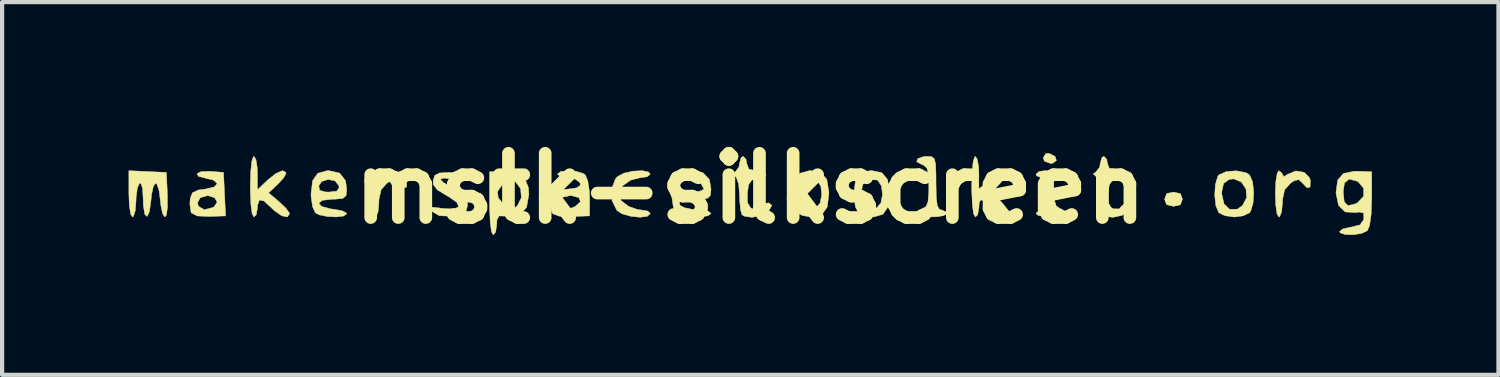
<source format=kicad_pcb>
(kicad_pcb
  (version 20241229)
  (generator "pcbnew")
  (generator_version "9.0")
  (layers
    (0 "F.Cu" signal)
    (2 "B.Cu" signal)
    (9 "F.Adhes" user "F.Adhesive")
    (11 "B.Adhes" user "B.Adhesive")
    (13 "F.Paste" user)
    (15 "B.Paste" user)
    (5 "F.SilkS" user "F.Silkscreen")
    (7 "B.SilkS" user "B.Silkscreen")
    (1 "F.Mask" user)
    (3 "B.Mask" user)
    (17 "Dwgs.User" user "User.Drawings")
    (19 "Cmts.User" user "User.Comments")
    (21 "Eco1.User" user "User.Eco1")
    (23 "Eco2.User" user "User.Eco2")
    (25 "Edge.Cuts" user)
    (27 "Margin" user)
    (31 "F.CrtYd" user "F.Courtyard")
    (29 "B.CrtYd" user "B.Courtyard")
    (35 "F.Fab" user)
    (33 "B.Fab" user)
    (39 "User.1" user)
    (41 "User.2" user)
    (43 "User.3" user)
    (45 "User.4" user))
  (footprint "mstk-silkscreen"
    (layer "F.Cu")
    (at 14.737 1.418)
    (property "Reference" "mstk-silkscreen" (at 0 0 0) (layer "F.SilkS") (effects (font (size 1.524 1.524) (thickness 0.3))))
    (attr through_hole)
    (fp_poly (pts (xy 7.225 -0.761) (xy 7.256 -0.663) (xy 7.17 -0.597) (xy 7.119 -0.593) (xy 6.974 -0.646) (xy 6.943 -0.726) (xy 7.006 -0.828) (xy 7.084 -0.832) (xy 7.225 -0.761)) (stroke (width 0.01) (type solid)) (fill yes) (layer "F.SilkS"))
    (fp_poly (pts (xy 10.199 0.124) (xy 10.245 0.254) (xy 10.195 0.387) (xy 10.033 0.423) (xy 9.867 0.384) (xy 9.821 0.254) (xy 9.871 0.121) (xy 10.033 0.085) (xy 10.199 0.124)) (stroke (width 0.01) (type solid)) (fill yes) (layer "F.SilkS"))
    (fp_poly (pts (xy -8.809 -0.358) (xy -8.805 -0.328) (xy -8.768 -0.281) (xy -8.683 -0.335) (xy -8.488 -0.416) (xy -8.292 -0.383) (xy -8.161 -0.254) (xy -8.143 -0.191) (xy -8.15 -0.03) (xy -8.227 -0.02) (xy -8.33 -0.129) (xy -8.416 -0.21) (xy -8.523 -0.184) (xy -8.615 -0.124) (xy -8.753 0.031) (xy -8.804 0.268) (xy -8.805 0.343) (xy -8.824 0.554) (xy -8.872 0.67) (xy -8.89 0.677) (xy -8.934 0.6) (xy -8.965 0.394) (xy -8.975 0.127) (xy -8.963 -0.161) (xy -8.931 -0.357) (xy -8.89 -0.423) (xy -8.809 -0.358)) (stroke (width 0.01) (type solid)) (fill yes) (layer "F.SilkS"))
    (fp_poly (pts (xy -2.412 -0.391) (xy -2.371 -0.339) (xy -2.444 -0.278) (xy -2.612 -0.254) (xy -2.835 -0.198) (xy -3.028 -0.063) (xy -3.129 0.106) (xy -3.133 0.142) (xy -3.06 0.291) (xy -2.883 0.425) (xy -2.665 0.502) (xy -2.597 0.508) (xy -2.431 0.535) (xy -2.371 0.593) (xy -2.441 0.661) (xy -2.615 0.682) (xy -2.833 0.66) (xy -3.038 0.602) (xy -3.162 0.522) (xy -3.277 0.29) (xy -3.289 0.015) (xy -3.198 -0.225) (xy -3.147 -0.283) (xy -2.993 -0.364) (xy -2.779 -0.411) (xy -2.566 -0.422) (xy -2.412 -0.391)) (stroke (width 0.01) (type solid)) (fill yes) (layer "F.SilkS"))
    (fp_poly (pts (xy 12.611 -0.358) (xy 12.615 -0.328) (xy 12.653 -0.281) (xy 12.738 -0.335) (xy 12.933 -0.416) (xy 13.129 -0.383) (xy 13.259 -0.254) (xy 13.277 -0.191) (xy 13.27 -0.03) (xy 13.193 -0.02) (xy 13.09 -0.129) (xy 13.004 -0.21) (xy 12.898 -0.184) (xy 12.806 -0.124) (xy 12.667 0.031) (xy 12.617 0.268) (xy 12.615 0.343) (xy 12.596 0.554) (xy 12.549 0.67) (xy 12.531 0.677) (xy 12.486 0.6) (xy 12.456 0.394) (xy 12.446 0.127) (xy 12.458 -0.161) (xy 12.49 -0.357) (xy 12.531 -0.423) (xy 12.611 -0.358)) (stroke (width 0.01) (type solid)) (fill yes) (layer "F.SilkS"))
    (fp_poly (pts (xy 7.11 -0.41) (xy 7.173 -0.341) (xy 7.194 -0.174) (xy 7.197 0.008) (xy 7.208 0.273) (xy 7.252 0.414) (xy 7.345 0.477) (xy 7.365 0.483) (xy 7.481 0.548) (xy 7.487 0.602) (xy 7.383 0.652) (xy 7.193 0.674) (xy 6.985 0.669) (xy 6.824 0.638) (xy 6.773 0.593) (xy 6.842 0.518) (xy 6.9 0.508) (xy 6.984 0.458) (xy 7.022 0.289) (xy 7.027 0.127) (xy 7.011 -0.124) (xy 6.954 -0.239) (xy 6.9 -0.254) (xy 6.788 -0.3) (xy 6.773 -0.339) (xy 6.846 -0.402) (xy 6.985 -0.423) (xy 7.11 -0.41)) (stroke (width 0.01) (type solid)) (fill yes) (layer "F.SilkS"))
    (fp_poly (pts (xy 4.301 -0.753) (xy 4.363 -0.704) (xy 4.393 -0.578) (xy 4.402 -0.341) (xy 4.403 -0.127) (xy 4.409 0.208) (xy 4.433 0.405) (xy 4.481 0.493) (xy 4.53 0.508) (xy 4.642 0.554) (xy 4.657 0.593) (xy 4.584 0.645) (xy 4.41 0.672) (xy 4.2 0.673) (xy 4.021 0.646) (xy 3.943 0.602) (xy 3.973 0.525) (xy 4.065 0.483) (xy 4.162 0.433) (xy 4.213 0.318) (xy 4.232 0.096) (xy 4.233 -0.042) (xy 4.225 -0.323) (xy 4.189 -0.479) (xy 4.113 -0.551) (xy 4.065 -0.568) (xy 3.946 -0.634) (xy 3.97 -0.708) (xy 4.113 -0.757) (xy 4.196 -0.762) (xy 4.301 -0.753)) (stroke (width 0.01) (type solid)) (fill yes) (layer "F.SilkS"))
    (fp_poly (pts (xy 5.384 -0.686) (xy 5.415 -0.494) (xy 5.419 -0.377) (xy 5.419 0.009) (xy 5.717 -0.219) (xy 5.933 -0.358) (xy 6.056 -0.389) (xy 6.069 -0.319) (xy 5.954 -0.157) (xy 5.926 -0.126) (xy 5.727 0.086) (xy 5.969 0.338) (xy 6.127 0.534) (xy 6.151 0.635) (xy 6.053 0.63) (xy 5.848 0.508) (xy 5.808 0.477) (xy 5.591 0.32) (xy 5.474 0.269) (xy 5.427 0.324) (xy 5.419 0.466) (xy 5.39 0.625) (xy 5.334 0.677) (xy 5.293 0.598) (xy 5.264 0.379) (xy 5.25 0.05) (xy 5.249 -0.042) (xy 5.259 -0.393) (xy 5.284 -0.641) (xy 5.323 -0.757) (xy 5.334 -0.762) (xy 5.384 -0.686)) (stroke (width 0.01) (type solid)) (fill yes) (layer "F.SilkS"))
    (fp_poly (pts (xy -12.488 -0.381) (xy -12.439 0.65) (xy -12.826 0.664) (xy -13.107 0.652) (xy -13.245 0.583) (xy -13.259 0.557) (xy -13.286 0.378) (xy -13.284 0.342) (xy -13.106 0.342) (xy -13.081 0.423) (xy -12.945 0.503) (xy -12.746 0.453) (xy -12.71 0.432) (xy -12.639 0.323) (xy -12.699 0.219) (xy -12.86 0.169) (xy -12.869 0.169) (xy -13.042 0.22) (xy -13.106 0.342) (xy -13.284 0.342) (xy -13.278 0.239) (xy -13.227 0.103) (xy -13.09 0.037) (xy -12.928 0.016) (xy -12.709 -0.034) (xy -12.639 -0.116) (xy -12.721 -0.196) (xy -12.897 -0.238) (xy -13.081 -0.287) (xy -13.117 -0.35) (xy -13.02 -0.399) (xy -12.806 -0.407) (xy -12.488 -0.381)) (stroke (width 0.01) (type solid)) (fill yes) (layer "F.SilkS"))
    (fp_poly (pts (xy -14.287 -0.401) (xy -13.843 -0.381) (xy -13.818 0.148) (xy -13.816 0.441) (xy -13.841 0.628) (xy -13.877 0.677) (xy -13.931 0.601) (xy -13.973 0.408) (xy -13.987 0.275) (xy -14.018 0.041) (xy -14.068 -0.104) (xy -14.097 -0.127) (xy -14.151 -0.051) (xy -14.194 0.142) (xy -14.207 0.275) (xy -14.245 0.551) (xy -14.299 0.664) (xy -14.353 0.616) (xy -14.388 0.41) (xy -14.393 0.249) (xy -14.408 -0.006) (xy -14.449 -0.125) (xy -14.478 -0.127) (xy -14.529 -0.017) (xy -14.559 0.197) (xy -14.563 0.301) (xy -14.58 0.527) (xy -14.623 0.661) (xy -14.647 0.677) (xy -14.692 0.6) (xy -14.722 0.394) (xy -14.732 0.128) (xy -14.732 -0.422) (xy -14.287 -0.401)) (stroke (width 0.01) (type solid)) (fill yes) (layer "F.SilkS"))
    (fp_poly (pts (xy 11.751 -0.374) (xy 11.836 -0.322) (xy 11.907 -0.161) (xy 11.935 0.088) (xy 11.919 0.348) (xy 11.861 0.542) (xy 11.836 0.576) (xy 11.683 0.649) (xy 11.472 0.677) (xy 11.253 0.646) (xy 11.108 0.576) (xy 11.038 0.415) (xy 11.01 0.166) (xy 11.012 0.126) (xy 11.176 0.126) (xy 11.23 0.365) (xy 11.365 0.494) (xy 11.543 0.491) (xy 11.667 0.406) (xy 11.768 0.215) (xy 11.751 0.012) (xy 11.641 -0.153) (xy 11.464 -0.228) (xy 11.349 -0.213) (xy 11.221 -0.12) (xy 11.177 0.078) (xy 11.176 0.126) (xy 11.012 0.126) (xy 11.025 -0.094) (xy 11.083 -0.288) (xy 11.108 -0.322) (xy 11.283 -0.401) (xy 11.526 -0.419) (xy 11.751 -0.374)) (stroke (width 0.01) (type solid)) (fill yes) (layer "F.SilkS"))
    (fp_poly (pts (xy -5.565 -0.374) (xy -5.357 -0.254) (xy -5.261 -0.027) (xy -5.249 0.138) (xy -5.303 0.447) (xy -5.462 0.625) (xy -5.721 0.667) (xy -5.809 0.655) (xy -5.954 0.651) (xy -6.006 0.746) (xy -6.011 0.858) (xy -6.037 1.032) (xy -6.096 1.101) (xy -6.137 1.021) (xy -6.166 0.8) (xy -6.18 0.468) (xy -6.181 0.353) (xy -6.181 0.073) (xy -5.993 0.073) (xy -5.976 0.217) (xy -5.871 0.353) (xy -5.726 0.485) (xy -5.614 0.484) (xy -5.52 0.406) (xy -5.428 0.218) (xy -5.445 0.004) (xy -5.563 -0.155) (xy -5.577 -0.164) (xy -5.736 -0.196) (xy -5.874 -0.096) (xy -5.993 0.073) (xy -6.181 0.073) (xy -6.181 -0.395) (xy -5.905 -0.403) (xy -5.565 -0.374)) (stroke (width 0.01) (type solid)) (fill yes) (layer "F.SilkS"))
    (fp_poly (pts (xy -11.719 -0.686) (xy -11.689 -0.493) (xy -11.684 -0.365) (xy -11.684 0.032) (xy -11.447 -0.196) (xy -11.244 -0.357) (xy -11.088 -0.423) (xy -11.01 -0.382) (xy -11.007 -0.353) (xy -11.063 -0.253) (xy -11.199 -0.103) (xy -11.213 -0.09) (xy -11.42 0.104) (xy -11.171 0.314) (xy -11.01 0.467) (xy -10.926 0.584) (xy -10.922 0.6) (xy -10.976 0.676) (xy -11.11 0.647) (xy -11.284 0.525) (xy -11.345 0.466) (xy -11.529 0.297) (xy -11.637 0.273) (xy -11.681 0.393) (xy -11.684 0.466) (xy -11.713 0.625) (xy -11.769 0.677) (xy -11.81 0.598) (xy -11.839 0.379) (xy -11.853 0.05) (xy -11.853 -0.042) (xy -11.844 -0.393) (xy -11.818 -0.641) (xy -11.78 -0.757) (xy -11.769 -0.762) (xy -11.719 -0.686)) (stroke (width 0.01) (type solid)) (fill yes) (layer "F.SilkS"))
    (fp_poly (pts (xy 1.678 -0.375) (xy 1.814 -0.215) (xy 1.862 0.076) (xy 1.863 0.127) (xy 1.825 0.437) (xy 1.703 0.614) (xy 1.479 0.676) (xy 1.439 0.677) (xy 1.233 0.64) (xy 1.118 0.576) (xy 1.053 0.431) (xy 1.018 0.197) (xy 1.016 0.129) (xy 1.185 0.129) (xy 1.214 0.332) (xy 1.284 0.449) (xy 1.291 0.452) (xy 1.398 0.495) (xy 1.411 0.501) (xy 1.49 0.482) (xy 1.559 0.457) (xy 1.657 0.342) (xy 1.694 0.145) (xy 1.671 -0.057) (xy 1.586 -0.19) (xy 1.566 -0.2) (xy 1.357 -0.217) (xy 1.225 -0.09) (xy 1.185 0.129) (xy 1.016 0.129) (xy 1.016 0.127) (xy 1.053 -0.183) (xy 1.176 -0.36) (xy 1.4 -0.422) (xy 1.439 -0.423) (xy 1.678 -0.375)) (stroke (width 0.01) (type solid)) (fill yes) (layer "F.SilkS"))
    (fp_poly (pts (xy 3.117 -0.375) (xy 3.253 -0.215) (xy 3.301 0.076) (xy 3.302 0.127) (xy 3.265 0.437) (xy 3.142 0.614) (xy 2.918 0.676) (xy 2.879 0.677) (xy 2.672 0.64) (xy 2.557 0.576) (xy 2.492 0.431) (xy 2.457 0.197) (xy 2.455 0.129) (xy 2.625 0.129) (xy 2.654 0.332) (xy 2.724 0.449) (xy 2.731 0.452) (xy 2.837 0.495) (xy 2.851 0.501) (xy 2.929 0.482) (xy 2.999 0.457) (xy 3.096 0.342) (xy 3.134 0.145) (xy 3.11 -0.057) (xy 3.025 -0.19) (xy 3.006 -0.2) (xy 2.796 -0.217) (xy 2.664 -0.09) (xy 2.625 0.129) (xy 2.455 0.129) (xy 2.455 0.127) (xy 2.493 -0.183) (xy 2.615 -0.36) (xy 2.839 -0.422) (xy 2.879 -0.423) (xy 3.117 -0.375)) (stroke (width 0.01) (type solid)) (fill yes) (layer "F.SilkS"))
    (fp_poly (pts (xy -6.859 -0.357) (xy -6.72 -0.292) (xy -6.709 -0.273) (xy -6.728 -0.209) (xy -6.864 -0.2) (xy -7.02 -0.22) (xy -7.264 -0.246) (xy -7.349 -0.22) (xy -7.274 -0.14) (xy -7.039 -0.006) (xy -7.022 0.003) (xy -6.806 0.13) (xy -6.713 0.248) (xy -6.704 0.405) (xy -6.705 0.407) (xy -6.743 0.555) (xy -6.845 0.628) (xy -7.064 0.659) (xy -7.077 0.66) (xy -7.373 0.645) (xy -7.534 0.551) (xy -7.587 0.47) (xy -7.537 0.444) (xy -7.355 0.464) (xy -7.305 0.472) (xy -7.034 0.488) (xy -6.915 0.437) (xy -6.953 0.333) (xy -7.153 0.192) (xy -7.199 0.168) (xy -7.422 0.032) (xy -7.515 -0.094) (xy -7.519 -0.195) (xy -7.478 -0.312) (xy -7.367 -0.367) (xy -7.139 -0.381) (xy -7.119 -0.381) (xy -6.859 -0.357)) (stroke (width 0.01) (type solid)) (fill yes) (layer "F.SilkS"))
    (fp_poly (pts (xy -0.101 -0.691) (xy -0.085 -0.593) (xy -0.034 -0.459) (xy 0.122 -0.423) (xy 0.311 -0.393) (xy 0.375 -0.328) (xy 0.301 -0.262) (xy 0.192 -0.239) (xy 0.034 -0.197) (xy -0.04 -0.087) (xy -0.069 0.107) (xy -0.065 0.34) (xy 0.007 0.458) (xy 0.053 0.482) (xy 0.193 0.485) (xy 0.235 0.439) (xy 0.318 0.359) (xy 0.438 0.341) (xy 0.507 0.396) (xy 0.508 0.406) (xy 0.435 0.54) (xy 0.258 0.639) (xy 0.043 0.685) (xy -0.145 0.657) (xy -0.198 0.621) (xy -0.231 0.509) (xy -0.251 0.291) (xy -0.254 0.162) (xy -0.276 -0.105) (xy -0.333 -0.267) (xy -0.36 -0.289) (xy -0.422 -0.345) (xy -0.36 -0.388) (xy -0.271 -0.504) (xy -0.254 -0.6) (xy -0.217 -0.733) (xy -0.169 -0.762) (xy -0.101 -0.691)) (stroke (width 0.01) (type solid)) (fill yes) (layer "F.SilkS"))
    (fp_poly (pts (xy 8.451 -0.691) (xy 8.467 -0.593) (xy 8.518 -0.459) (xy 8.673 -0.423) (xy 8.862 -0.393) (xy 8.926 -0.328) (xy 8.852 -0.262) (xy 8.743 -0.239) (xy 8.585 -0.197) (xy 8.511 -0.087) (xy 8.483 0.107) (xy 8.487 0.34) (xy 8.559 0.458) (xy 8.605 0.482) (xy 8.744 0.485) (xy 8.786 0.439) (xy 8.869 0.359) (xy 8.989 0.341) (xy 9.059 0.396) (xy 9.059 0.406) (xy 8.986 0.54) (xy 8.809 0.639) (xy 8.594 0.685) (xy 8.406 0.657) (xy 8.354 0.621) (xy 8.32 0.509) (xy 8.3 0.291) (xy 8.297 0.162) (xy 8.276 -0.105) (xy 8.218 -0.267) (xy 8.191 -0.289) (xy 8.129 -0.345) (xy 8.191 -0.388) (xy 8.281 -0.504) (xy 8.297 -0.6) (xy 8.334 -0.733) (xy 8.382 -0.762) (xy 8.451 -0.691)) (stroke (width 0.01) (type solid)) (fill yes) (layer "F.SilkS"))
    (fp_poly (pts (xy -4.128 -0.406) (xy -3.958 -0.354) (xy -3.912 -0.322) (xy -3.853 -0.183) (xy -3.816 0.058) (xy -3.81 0.215) (xy -3.81 0.65) (xy -4.235 0.666) (xy -4.525 0.657) (xy -4.677 0.602) (xy -4.708 0.558) (xy -4.734 0.378) (xy -4.731 0.325) (xy -4.556 0.325) (xy -4.53 0.423) (xy -4.41 0.503) (xy -4.211 0.454) (xy -4.141 0.419) (xy -4.026 0.311) (xy -4.063 0.218) (xy -4.234 0.171) (xy -4.276 0.169) (xy -4.473 0.214) (xy -4.556 0.325) (xy -4.731 0.325) (xy -4.727 0.239) (xy -4.681 0.11) (xy -4.559 0.044) (xy -4.344 0.017) (xy -4.116 -0.015) (xy -4.03 -0.075) (xy -4.035 -0.132) (xy -4.146 -0.221) (xy -4.327 -0.254) (xy -4.501 -0.279) (xy -4.572 -0.339) (xy -4.501 -0.399) (xy -4.331 -0.421) (xy -4.128 -0.406)) (stroke (width 0.01) (type solid)) (fill yes) (layer "F.SilkS"))
    (fp_poly (pts (xy -9.734 -0.364) (xy -9.595 -0.183) (xy -9.567 0.017) (xy -9.582 0.168) (xy -9.658 0.236) (xy -9.843 0.254) (xy -9.913 0.254) (xy -10.147 0.282) (xy -10.229 0.349) (xy -10.163 0.425) (xy -9.954 0.483) (xy -9.878 0.492) (xy -9.677 0.528) (xy -9.572 0.584) (xy -9.567 0.598) (xy -9.64 0.653) (xy -9.815 0.675) (xy -10.029 0.665) (xy -10.221 0.625) (xy -10.312 0.576) (xy -10.377 0.431) (xy -10.412 0.197) (xy -10.414 0.127) (xy -10.391 -0.064) (xy -10.229 -0.064) (xy -10.211 0.042) (xy -10.078 0.082) (xy -9.991 0.085) (xy -9.805 0.064) (xy -9.748 -0.015) (xy -9.753 -0.064) (xy -9.844 -0.18) (xy -10.006 -0.214) (xy -10.161 -0.165) (xy -10.229 -0.064) (xy -10.391 -0.064) (xy -10.377 -0.183) (xy -10.254 -0.36) (xy -10.03 -0.422) (xy -9.991 -0.423) (xy -9.734 -0.364)) (stroke (width 0.01) (type solid)) (fill yes) (layer "F.SilkS"))
    (fp_poly (pts (xy -1.12 -0.372) (xy -0.969 -0.211) (xy -0.931 0.017) (xy -0.944 0.163) (xy -1.012 0.232) (xy -1.183 0.253) (xy -1.312 0.254) (xy -1.562 0.275) (xy -1.684 0.328) (xy -1.664 0.401) (xy -1.559 0.457) (xy -1.377 0.495) (xy -1.178 0.508) (xy -1.003 0.533) (xy -0.931 0.593) (xy -1.004 0.648) (xy -1.184 0.674) (xy -1.409 0.67) (xy -1.62 0.638) (xy -1.757 0.579) (xy -1.761 0.576) (xy -1.826 0.431) (xy -1.861 0.197) (xy -1.863 0.127) (xy -1.846 -0.016) (xy -1.687 -0.016) (xy -1.564 0.063) (xy -1.397 0.085) (xy -1.201 0.066) (xy -1.103 0.02) (xy -1.101 0.01) (xy -1.173 -0.125) (xy -1.339 -0.212) (xy -1.52 -0.213) (xy -1.677 -0.12) (xy -1.687 -0.016) (xy -1.846 -0.016) (xy -1.827 -0.179) (xy -1.707 -0.353) (xy -1.481 -0.42) (xy -1.397 -0.423) (xy -1.12 -0.372)) (stroke (width 0.01) (type solid)) (fill yes) (layer "F.SilkS"))
    (fp_poly (pts (xy 14.421 -0.408) (xy 14.732 -0.396) (xy 14.732 0.251) (xy 14.718 0.616) (xy 14.681 0.879) (xy 14.63 0.999) (xy 14.497 1.064) (xy 14.301 1.096) (xy 14.108 1.093) (xy 13.985 1.052) (xy 13.97 1.021) (xy 14.044 0.96) (xy 14.225 0.918) (xy 14.245 0.916) (xy 14.454 0.863) (xy 14.54 0.74) (xy 14.546 0.709) (xy 14.539 0.582) (xy 14.434 0.559) (xy 14.355 0.571) (xy 14.104 0.556) (xy 13.945 0.402) (xy 13.886 0.114) (xy 13.885 0.085) (xy 13.887 0.076) (xy 14.055 0.076) (xy 14.08 0.315) (xy 14.169 0.407) (xy 14.341 0.365) (xy 14.399 0.336) (xy 14.538 0.185) (xy 14.542 -0.001) (xy 14.411 -0.159) (xy 14.392 -0.17) (xy 14.197 -0.223) (xy 14.086 -0.129) (xy 14.055 0.076) (xy 13.887 0.076) (xy 13.925 -0.198) (xy 14.06 -0.355) (xy 14.316 -0.408) (xy 14.421 -0.408)) (stroke (width 0.01) (type solid)) (fill yes) (layer "F.SilkS")))
  (gr_rect
    (start -3 -3)
    (end 32.474 5.836)
    (stroke (width 0.1) (type default))
    (fill no)
    (layer "Edge.Cuts")))
</source>
